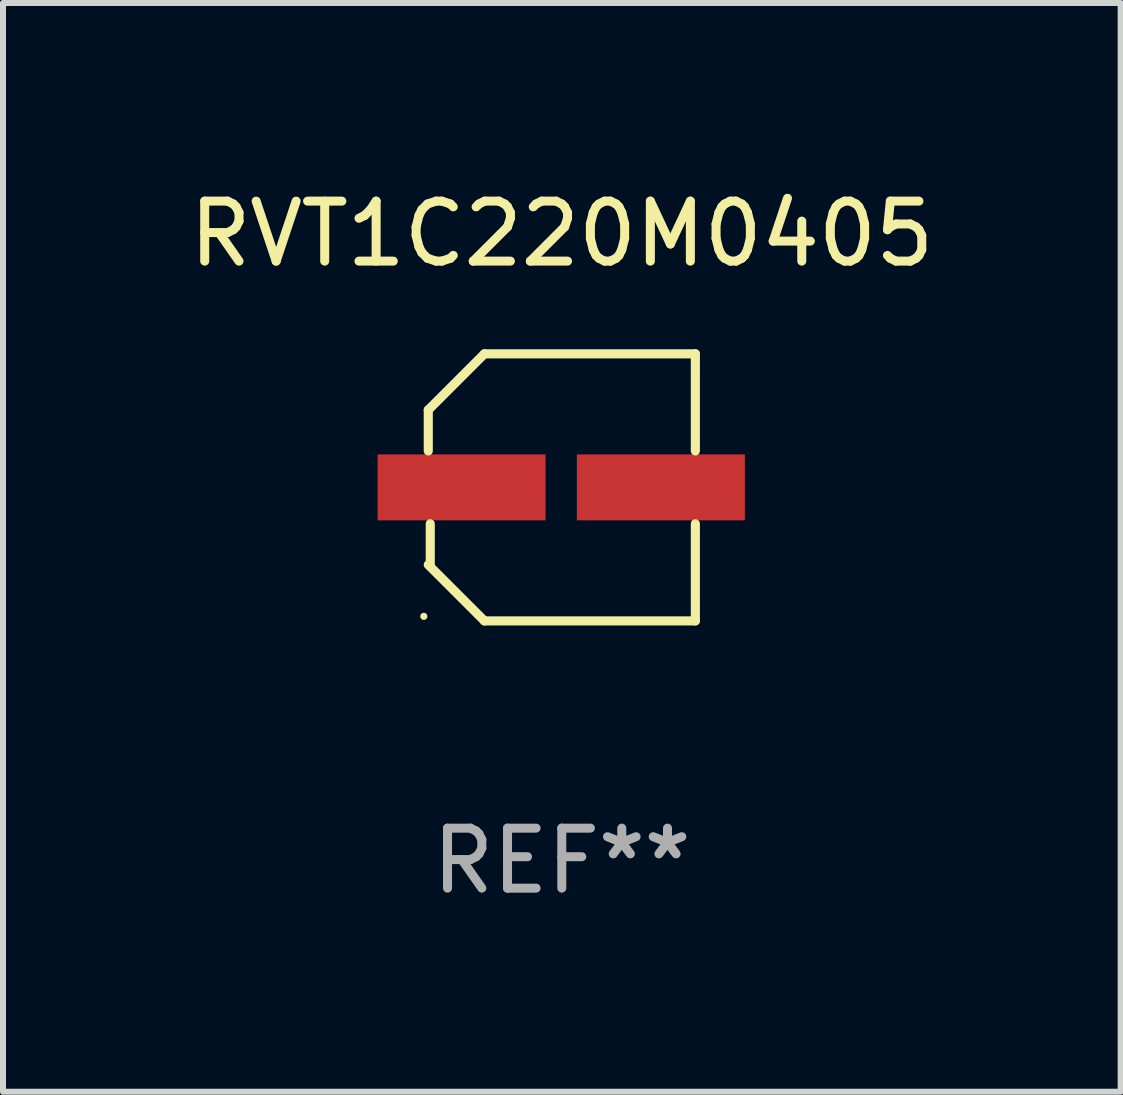
<source format=kicad_pcb>
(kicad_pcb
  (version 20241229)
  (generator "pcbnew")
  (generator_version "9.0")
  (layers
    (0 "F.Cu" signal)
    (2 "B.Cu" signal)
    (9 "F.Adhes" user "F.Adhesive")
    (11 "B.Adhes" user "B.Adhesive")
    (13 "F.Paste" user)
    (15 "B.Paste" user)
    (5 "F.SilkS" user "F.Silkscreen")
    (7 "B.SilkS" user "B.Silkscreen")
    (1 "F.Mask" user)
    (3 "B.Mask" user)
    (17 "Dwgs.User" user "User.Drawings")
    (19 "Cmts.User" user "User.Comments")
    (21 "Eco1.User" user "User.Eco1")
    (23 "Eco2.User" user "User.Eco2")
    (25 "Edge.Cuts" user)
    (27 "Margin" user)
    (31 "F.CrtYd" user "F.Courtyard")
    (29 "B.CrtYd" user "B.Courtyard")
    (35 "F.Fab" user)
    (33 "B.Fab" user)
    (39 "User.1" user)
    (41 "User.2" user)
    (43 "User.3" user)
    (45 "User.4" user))
  (footprint "RVT1C220M0405"
    (layer "F.Cu")
    (at 6.315 5.074)
    (property "Reference" "RVT1C220M0405" (at 0 -4.226 0) (layer "F.SilkS") (effects (font (size 1 1) (thickness 0.15))))
    (attr through_hole)
    (fp_line (start -2.226 -1.29) (end -2.226 -0.607) (stroke (width 0.152) (type solid)) (layer "F.SilkS"))
    (fp_line (start -2.193 1.29) (end -2.193 0.607) (stroke (width 0.152) (type solid)) (layer "F.SilkS"))
    (fp_line (start -1.29 2.226) (end -2.226 1.29) (stroke (width 0.152) (type solid)) (layer "F.SilkS"))
    (fp_line (start -1.29 -2.226) (end -2.226 -1.29) (stroke (width 0.152) (type solid)) (layer "F.SilkS"))
    (fp_line (start 2.226 -2.226) (end -1.29 -2.226) (stroke (width 0.152) (type solid)) (layer "F.SilkS"))
    (fp_line (start 2.226 -0.607) (end 2.226 -2.226) (stroke (width 0.152) (type solid)) (layer "F.SilkS"))
    (fp_line (start 2.226 0.607) (end 2.226 2.226) (stroke (width 0.152) (type solid)) (layer "F.SilkS"))
    (fp_line (start 2.226 2.226) (end -1.29 2.226) (stroke (width 0.152) (type solid)) (layer "F.SilkS"))
    (fp_circle (center -2.3 2.15) (end -2.27 2.15) (stroke (width 0.06) (type solid)) (fill no) (layer "F.SilkS"))
    (fp_text user "REF**" (at 0 6.226 0) (layer "F.Fab") (effects (font (size 1 1) (thickness 0.15))))
    (pad "1" smd rect (at -1.67 -0.000025) (size 2.8 1.1) (layers "F.Cu" "F.Mask" "F.Paste"))
    (pad "2" smd rect (at 1.651 -0.000025) (size 2.8 1.1) (layers "F.Cu" "F.Mask" "F.Paste")))
  (gr_rect
    (start -3 -3)
    (end 15.631 15.149)
    (stroke (width 0.1) (type default))
    (fill no)
    (layer "Edge.Cuts")))
</source>
